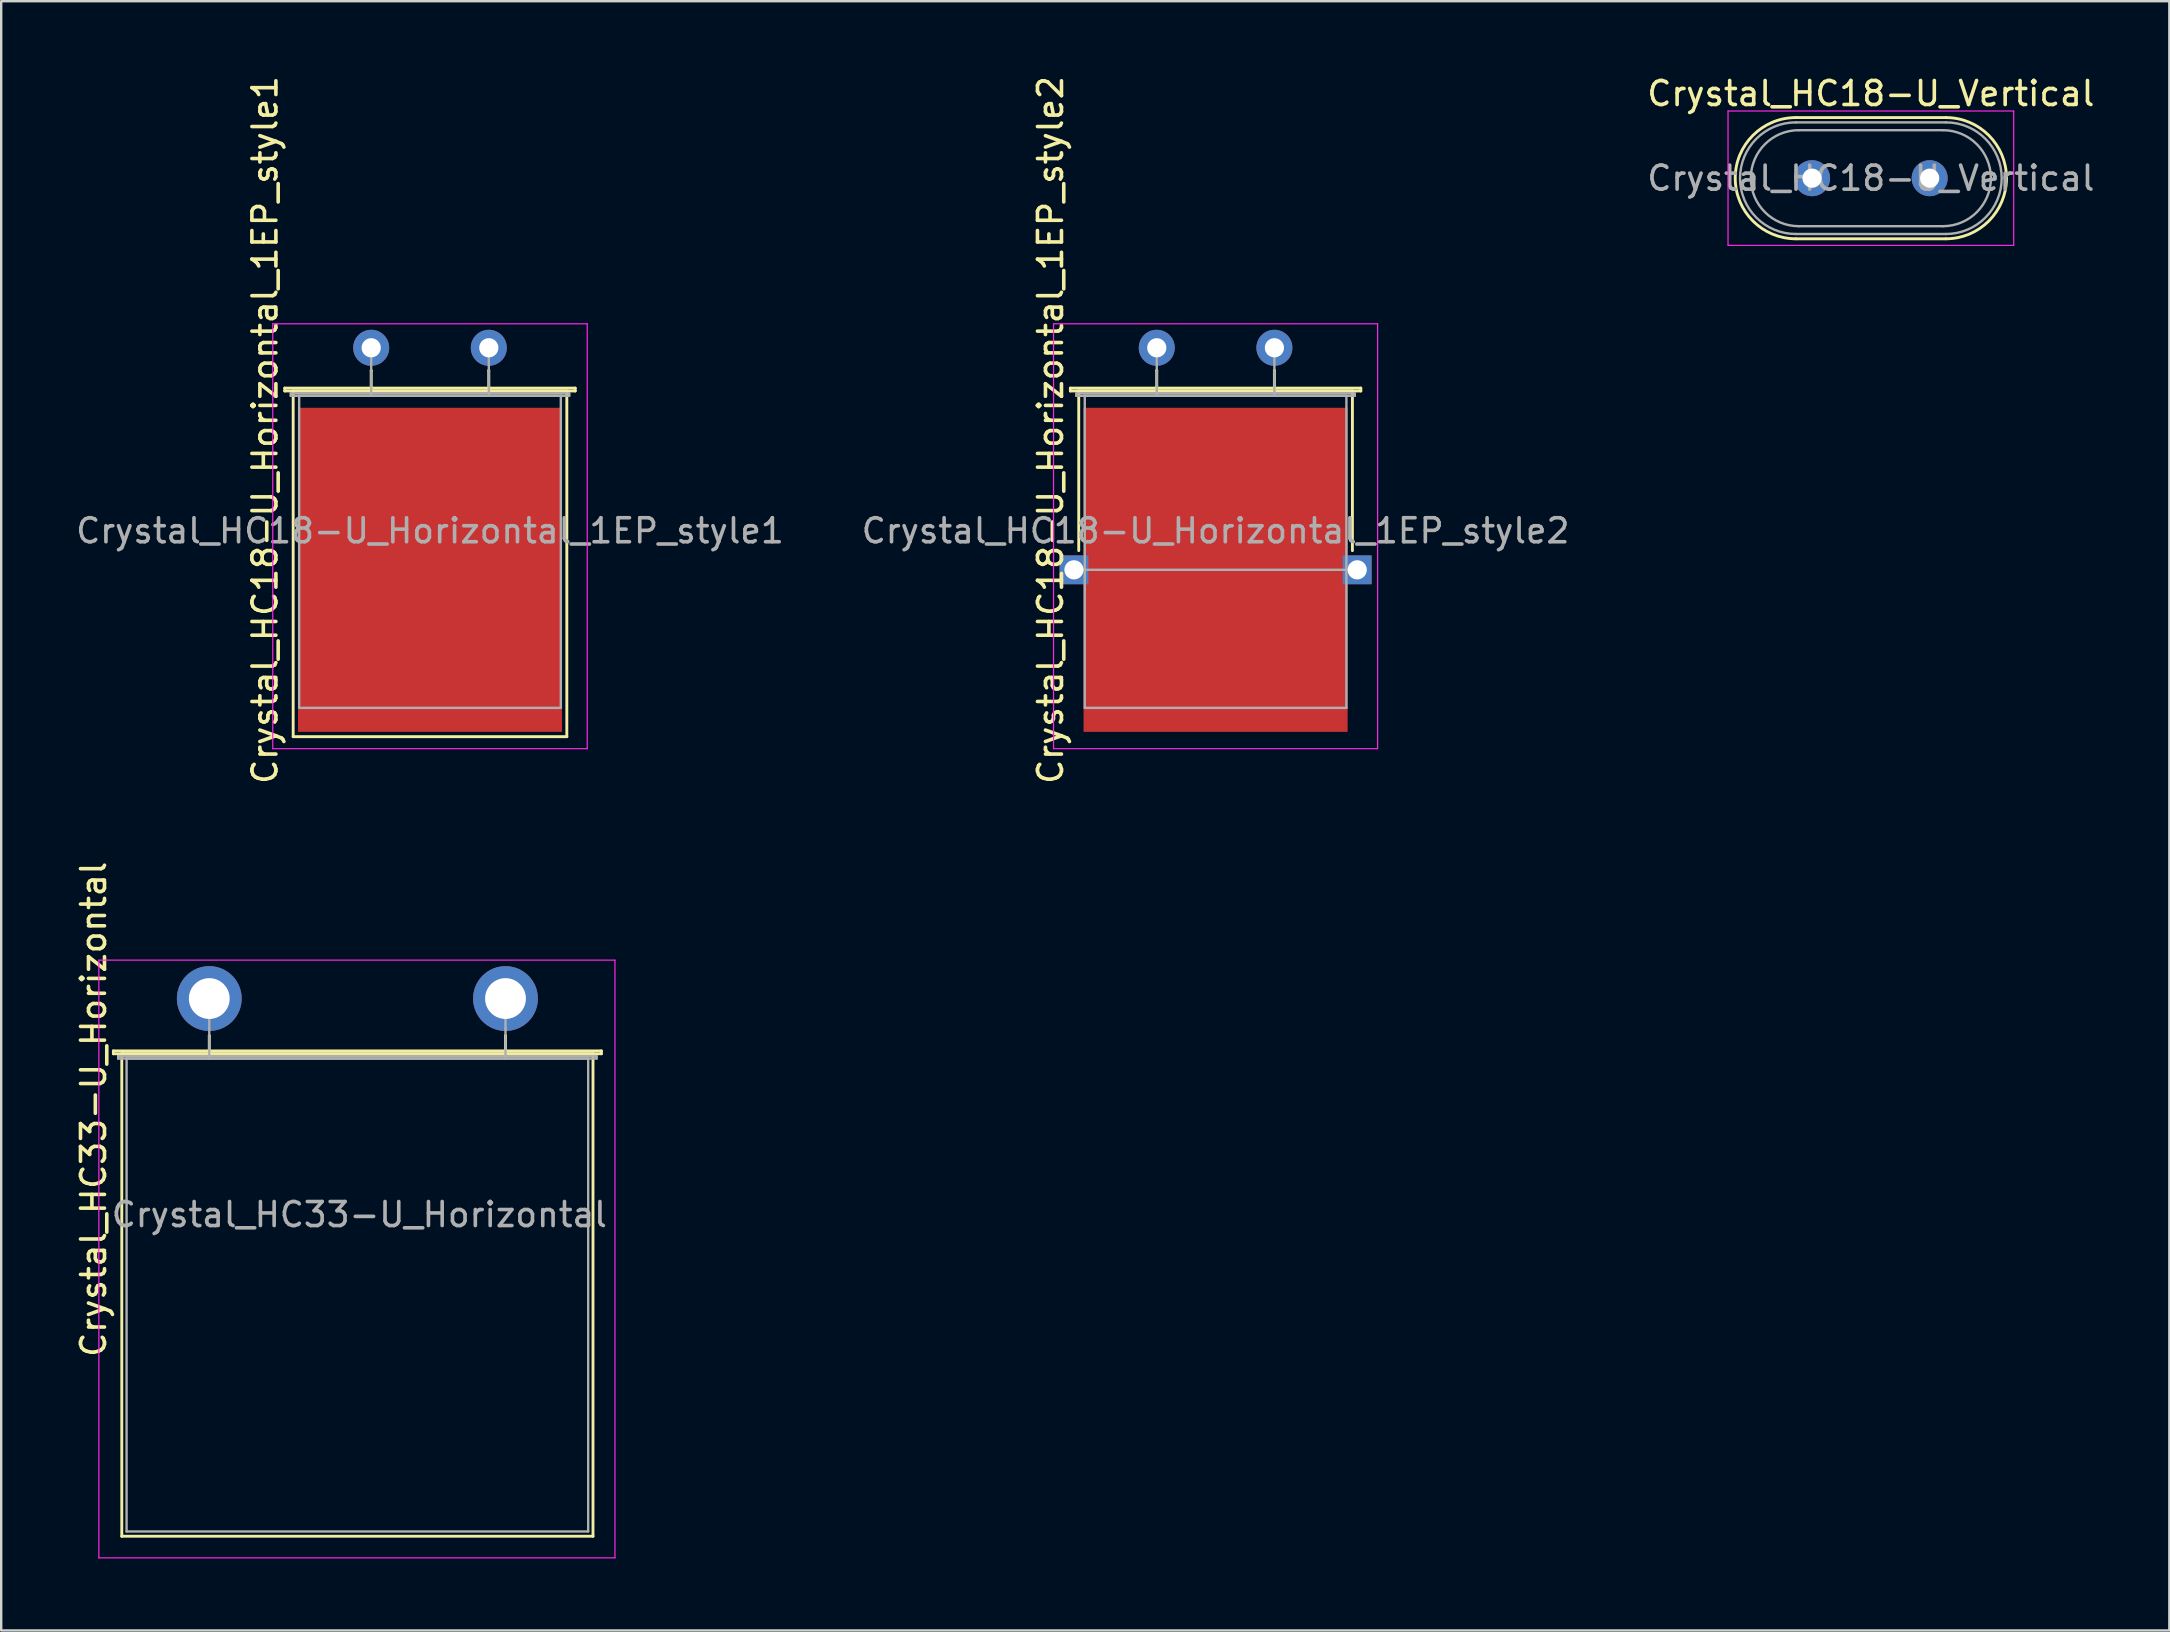
<source format=kicad_pcb>
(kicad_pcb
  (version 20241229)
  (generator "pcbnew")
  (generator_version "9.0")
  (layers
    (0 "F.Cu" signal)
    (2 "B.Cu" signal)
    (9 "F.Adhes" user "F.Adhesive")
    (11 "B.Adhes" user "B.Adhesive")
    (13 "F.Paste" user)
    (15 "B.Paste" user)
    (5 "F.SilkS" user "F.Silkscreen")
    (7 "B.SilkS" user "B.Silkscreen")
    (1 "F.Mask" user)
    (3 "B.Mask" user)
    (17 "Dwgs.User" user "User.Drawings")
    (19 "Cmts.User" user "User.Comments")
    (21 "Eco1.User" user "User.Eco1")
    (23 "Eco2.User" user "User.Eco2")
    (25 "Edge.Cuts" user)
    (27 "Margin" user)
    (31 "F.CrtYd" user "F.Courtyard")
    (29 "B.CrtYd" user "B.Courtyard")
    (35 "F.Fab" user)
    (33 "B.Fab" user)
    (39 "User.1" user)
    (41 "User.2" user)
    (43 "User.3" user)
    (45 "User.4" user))
  (footprint "Crystal_HC18-U_Horizontal_1EP_style1"
    (layer "F.Cu")
    (at 12.413 11.438)
    (property "Reference" "Crystal_HC18-U_Horizontal_1EP_style1" (at -4.425 3.425 90) (layer "F.SilkS") (effects (font (size 1 1) (thickness 0.15))))
    (attr through_hole)
    (fp_line (start -3.6 1.68) (end 8.5 1.68) (stroke (width 0.12) (type solid)) (layer "F.SilkS"))
    (fp_line (start -3.6 1.8) (end -3.6 1.68) (stroke (width 0.12) (type solid)) (layer "F.SilkS"))
    (fp_line (start -3.25 1.8) (end -3.25 16.2) (stroke (width 0.12) (type solid)) (layer "F.SilkS"))
    (fp_line (start -3.25 16.2) (end 8.15 16.2) (stroke (width 0.12) (type solid)) (layer "F.SilkS"))
    (fp_line (start 0 0.95) (end 0 0.95) (stroke (width 0.12) (type solid)) (layer "F.SilkS"))
    (fp_line (start 0 1.8) (end 0 0.95) (stroke (width 0.12) (type solid)) (layer "F.SilkS"))
    (fp_line (start 4.9 0.95) (end 4.9 0.95) (stroke (width 0.12) (type solid)) (layer "F.SilkS"))
    (fp_line (start 4.9 1.8) (end 4.9 0.95) (stroke (width 0.12) (type solid)) (layer "F.SilkS"))
    (fp_line (start 8.15 1.8) (end -3.25 1.8) (stroke (width 0.12) (type solid)) (layer "F.SilkS"))
    (fp_line (start 8.15 16.2) (end 8.15 1.8) (stroke (width 0.12) (type solid)) (layer "F.SilkS"))
    (fp_line (start 8.5 1.68) (end 8.5 1.8) (stroke (width 0.12) (type solid)) (layer "F.SilkS"))
    (fp_line (start 8.5 1.8) (end -3.6 1.8) (stroke (width 0.12) (type solid)) (layer "F.SilkS"))
    (fp_line (start -4.1 -1) (end -4.1 16.7) (stroke (width 0.05) (type solid)) (layer "F.CrtYd"))
    (fp_line (start -4.1 16.7) (end 9 16.7) (stroke (width 0.05) (type solid)) (layer "F.CrtYd"))
    (fp_line (start 9 -1) (end -4.1 -1) (stroke (width 0.05) (type solid)) (layer "F.CrtYd"))
    (fp_line (start 9 16.7) (end 9 -1) (stroke (width 0.05) (type solid)) (layer "F.CrtYd"))
    (fp_line (start -3.35 1.9) (end 8.25 1.9) (stroke (width 0.1) (type solid)) (layer "F.Fab"))
    (fp_line (start -3.35 2) (end -3.35 1.9) (stroke (width 0.1) (type solid)) (layer "F.Fab"))
    (fp_line (start -3 2) (end -3 15) (stroke (width 0.1) (type solid)) (layer "F.Fab"))
    (fp_line (start -3 15) (end 7.9 15) (stroke (width 0.1) (type solid)) (layer "F.Fab"))
    (fp_line (start 0 1) (end 0 0) (stroke (width 0.1) (type solid)) (layer "F.Fab"))
    (fp_line (start 0 2) (end 0 1) (stroke (width 0.1) (type solid)) (layer "F.Fab"))
    (fp_line (start 4.9 1) (end 4.9 0) (stroke (width 0.1) (type solid)) (layer "F.Fab"))
    (fp_line (start 4.9 2) (end 4.9 1) (stroke (width 0.1) (type solid)) (layer "F.Fab"))
    (fp_line (start 7.9 2) (end -3 2) (stroke (width 0.1) (type solid)) (layer "F.Fab"))
    (fp_line (start 7.9 15) (end 7.9 2) (stroke (width 0.1) (type solid)) (layer "F.Fab"))
    (fp_line (start 8.25 1.9) (end 8.25 2) (stroke (width 0.1) (type solid)) (layer "F.Fab"))
    (fp_line (start 8.25 2) (end -3.35 2) (stroke (width 0.1) (type solid)) (layer "F.Fab"))
    (fp_text user "${REFERENCE}" (at 2.45 7.625 0) (layer "F.Fab") (effects (font (size 1 1) (thickness 0.15))))
    (pad "1" thru_hole circle (at 0 0) (size 1.5 1.5) (drill 0.8) (layers "*.Cu" "*.Mask"))
    (pad "2" thru_hole circle (at 4.9 0) (size 1.5 1.5) (drill 0.8) (layers "*.Cu" "*.Mask"))
    (pad "3" smd rect (at 2.45 9.25) (size 11 13.5) (layers "F.Cu" "F.Mask" "F.Paste")))
  (footprint "Crystal_HC33-U_Horizontal"
    (layer "F.Cu")
    (at 5.668 38.548)
    (property "Reference" "Crystal_HC33-U_Horizontal" (at -4.82 4.612 90) (layer "F.SilkS") (effects (font (size 1 1) (thickness 0.15))))
    (attr through_hole)
    (fp_line (start -3.995 2.18) (end 16.335 2.18) (stroke (width 0.12) (type solid)) (layer "F.SilkS"))
    (fp_line (start -3.995 2.3) (end -3.995 2.18) (stroke (width 0.12) (type solid)) (layer "F.SilkS"))
    (fp_line (start -3.645 2.3) (end -3.645 22.4) (stroke (width 0.12) (type solid)) (layer "F.SilkS"))
    (fp_line (start -3.645 22.4) (end 15.985 22.4) (stroke (width 0.12) (type solid)) (layer "F.SilkS"))
    (fp_line (start 0 1.55) (end 0 1.55) (stroke (width 0.12) (type solid)) (layer "F.SilkS"))
    (fp_line (start 0 2.3) (end 0 1.55) (stroke (width 0.12) (type solid)) (layer "F.SilkS"))
    (fp_line (start 12.34 1.55) (end 12.34 1.55) (stroke (width 0.12) (type solid)) (layer "F.SilkS"))
    (fp_line (start 12.34 2.3) (end 12.34 1.55) (stroke (width 0.12) (type solid)) (layer "F.SilkS"))
    (fp_line (start 15.985 2.3) (end -3.645 2.3) (stroke (width 0.12) (type solid)) (layer "F.SilkS"))
    (fp_line (start 15.985 22.4) (end 15.985 2.3) (stroke (width 0.12) (type solid)) (layer "F.SilkS"))
    (fp_line (start 16.335 2.18) (end 16.335 2.3) (stroke (width 0.12) (type solid)) (layer "F.SilkS"))
    (fp_line (start 16.335 2.3) (end -3.995 2.3) (stroke (width 0.12) (type solid)) (layer "F.SilkS"))
    (fp_line (start -4.6 -1.6) (end -4.6 23.3) (stroke (width 0.05) (type solid)) (layer "F.CrtYd"))
    (fp_line (start -4.6 23.3) (end 16.9 23.3) (stroke (width 0.05) (type solid)) (layer "F.CrtYd"))
    (fp_line (start 16.9 -1.6) (end -4.6 -1.6) (stroke (width 0.05) (type solid)) (layer "F.CrtYd"))
    (fp_line (start 16.9 23.3) (end 16.9 -1.6) (stroke (width 0.05) (type solid)) (layer "F.CrtYd"))
    (fp_line (start -3.795 2.4) (end 16.135 2.4) (stroke (width 0.1) (type solid)) (layer "F.Fab"))
    (fp_line (start -3.795 2.5) (end -3.795 2.4) (stroke (width 0.1) (type solid)) (layer "F.Fab"))
    (fp_line (start -3.445 2.5) (end -3.445 22.2) (stroke (width 0.1) (type solid)) (layer "F.Fab"))
    (fp_line (start -3.445 22.2) (end 15.785 22.2) (stroke (width 0.1) (type solid)) (layer "F.Fab"))
    (fp_line (start 0 1.25) (end 0 0) (stroke (width 0.1) (type solid)) (layer "F.Fab"))
    (fp_line (start 0 2.5) (end 0 1.25) (stroke (width 0.1) (type solid)) (layer "F.Fab"))
    (fp_line (start 12.34 1.25) (end 12.34 0) (stroke (width 0.1) (type solid)) (layer "F.Fab"))
    (fp_line (start 12.34 2.5) (end 12.34 1.25) (stroke (width 0.1) (type solid)) (layer "F.Fab"))
    (fp_line (start 15.785 2.5) (end -3.445 2.5) (stroke (width 0.1) (type solid)) (layer "F.Fab"))
    (fp_line (start 15.785 22.2) (end 15.785 2.5) (stroke (width 0.1) (type solid)) (layer "F.Fab"))
    (fp_line (start 16.135 2.4) (end 16.135 2.5) (stroke (width 0.1) (type solid)) (layer "F.Fab"))
    (fp_line (start 16.135 2.5) (end -3.795 2.5) (stroke (width 0.1) (type solid)) (layer "F.Fab"))
    (fp_text user "${REFERENCE}" (at 6.25 9 0) (layer "F.Fab") (effects (font (size 1 1) (thickness 0.15))))
    (pad "1" thru_hole circle (at 0 0) (size 2.7 2.7) (drill 1.7) (layers "*.Cu" "*.Mask"))
    (pad "2" thru_hole circle (at 12.34 0) (size 2.7 2.7) (drill 1.7) (layers "*.Cu" "*.Mask")))
  (footprint "Crystal_HC18-U_Horizontal_1EP_style2"
    (layer "F.Cu")
    (at 45.139 11.438)
    (property "Reference" "Crystal_HC18-U_Horizontal_1EP_style2" (at -4.425 3.425 90) (layer "F.SilkS") (effects (font (size 1 1) (thickness 0.15))))
    (attr through_hole)
    (fp_line (start -3.6 1.68) (end 8.5 1.68) (stroke (width 0.12) (type solid)) (layer "F.SilkS"))
    (fp_line (start -3.6 1.8) (end -3.6 1.68) (stroke (width 0.12) (type solid)) (layer "F.SilkS"))
    (fp_line (start -3.25 1.8) (end 8.15 1.8) (stroke (width 0.12) (type solid)) (layer "F.SilkS"))
    (fp_line (start -3.25 8.45) (end -3.25 1.8) (stroke (width 0.12) (type solid)) (layer "F.SilkS"))
    (fp_line (start 0 0.95) (end 0 0.95) (stroke (width 0.12) (type solid)) (layer "F.SilkS"))
    (fp_line (start 0 1.8) (end 0 0.95) (stroke (width 0.12) (type solid)) (layer "F.SilkS"))
    (fp_line (start 4.9 0.95) (end 4.9 0.95) (stroke (width 0.12) (type solid)) (layer "F.SilkS"))
    (fp_line (start 4.9 1.8) (end 4.9 0.95) (stroke (width 0.12) (type solid)) (layer "F.SilkS"))
    (fp_line (start 8.15 1.8) (end 8.15 8.45) (stroke (width 0.12) (type solid)) (layer "F.SilkS"))
    (fp_line (start 8.5 1.68) (end 8.5 1.8) (stroke (width 0.12) (type solid)) (layer "F.SilkS"))
    (fp_line (start 8.5 1.8) (end -3.6 1.8) (stroke (width 0.12) (type solid)) (layer "F.SilkS"))
    (fp_line (start -4.3 -1) (end -4.3 16.7) (stroke (width 0.05) (type solid)) (layer "F.CrtYd"))
    (fp_line (start -4.3 16.7) (end 9.2 16.7) (stroke (width 0.05) (type solid)) (layer "F.CrtYd"))
    (fp_line (start 9.2 -1) (end -4.3 -1) (stroke (width 0.05) (type solid)) (layer "F.CrtYd"))
    (fp_line (start 9.2 16.7) (end 9.2 -1) (stroke (width 0.05) (type solid)) (layer "F.CrtYd"))
    (fp_line (start -3.45 9.25) (end 8.35 9.25) (stroke (width 0.1) (type solid)) (layer "F.Fab"))
    (fp_line (start -3.35 1.9) (end 8.25 1.9) (stroke (width 0.1) (type solid)) (layer "F.Fab"))
    (fp_line (start -3.35 2) (end -3.35 1.9) (stroke (width 0.1) (type solid)) (layer "F.Fab"))
    (fp_line (start -3 2) (end -3 15) (stroke (width 0.1) (type solid)) (layer "F.Fab"))
    (fp_line (start -3 15) (end 7.9 15) (stroke (width 0.1) (type solid)) (layer "F.Fab"))
    (fp_line (start 0 1) (end 0 0) (stroke (width 0.1) (type solid)) (layer "F.Fab"))
    (fp_line (start 0 2) (end 0 1) (stroke (width 0.1) (type solid)) (layer "F.Fab"))
    (fp_line (start 4.9 1) (end 4.9 0) (stroke (width 0.1) (type solid)) (layer "F.Fab"))
    (fp_line (start 4.9 2) (end 4.9 1) (stroke (width 0.1) (type solid)) (layer "F.Fab"))
    (fp_line (start 7.9 2) (end -3 2) (stroke (width 0.1) (type solid)) (layer "F.Fab"))
    (fp_line (start 7.9 15) (end 7.9 2) (stroke (width 0.1) (type solid)) (layer "F.Fab"))
    (fp_line (start 8.25 1.9) (end 8.25 2) (stroke (width 0.1) (type solid)) (layer "F.Fab"))
    (fp_line (start 8.25 2) (end -3.35 2) (stroke (width 0.1) (type solid)) (layer "F.Fab"))
    (fp_text user "${REFERENCE}" (at 2.45 7.625 0) (layer "F.Fab") (effects (font (size 1 1) (thickness 0.15))))
    (pad "1" thru_hole circle (at 0 0) (size 1.5 1.5) (drill 0.8) (layers "*.Cu" "*.Mask"))
    (pad "2" thru_hole circle (at 4.9 0) (size 1.5 1.5) (drill 0.8) (layers "*.Cu" "*.Mask"))
    (pad "3" thru_hole rect (at -3.45 9.25) (size 1.2 1.2) (drill 0.8) (layers "*.Cu" "*.Mask"))
    (pad "3" smd rect (at 2.45 9.25) (size 11 13.5) (layers "F.Cu" "F.Mask" "F.Paste"))
    (pad "3" thru_hole rect (at 8.35 9.25) (size 1.2 1.2) (drill 0.8) (layers "*.Cu" "*.Mask")))
  (footprint "Crystal_HC18-U_Vertical"
    (layer "F.Cu")
    (at 72.437 4.373)
    (property "Reference" "Crystal_HC18-U_Vertical" (at 2.45 -3.525 0) (layer "F.SilkS") (effects (font (size 1 1) (thickness 0.15))))
    (attr through_hole)
    (fp_line (start -0.675 -2.525) (end 5.575 -2.525) (stroke (width 0.12) (type solid)) (layer "F.SilkS"))
    (fp_line (start -0.675 2.525) (end 5.575 2.525) (stroke (width 0.12) (type solid)) (layer "F.SilkS"))
    (fp_arc (start -0.675 2.525) (mid -3.2 0) (end -0.675 -2.525) (stroke (width 0.12) (type solid)) (layer "F.SilkS"))
    (fp_arc (start 5.575 -2.525) (mid 8.1 0) (end 5.575 2.525) (stroke (width 0.12) (type solid)) (layer "F.SilkS"))
    (fp_line (start -3.5 -2.8) (end -3.5 2.8) (stroke (width 0.05) (type solid)) (layer "F.CrtYd"))
    (fp_line (start -3.5 2.8) (end 8.4 2.8) (stroke (width 0.05) (type solid)) (layer "F.CrtYd"))
    (fp_line (start 8.4 -2.8) (end -3.5 -2.8) (stroke (width 0.05) (type solid)) (layer "F.CrtYd"))
    (fp_line (start 8.4 2.8) (end 8.4 -2.8) (stroke (width 0.05) (type solid)) (layer "F.CrtYd"))
    (fp_line (start -0.675 -2.325) (end 5.575 -2.325) (stroke (width 0.1) (type solid)) (layer "F.Fab"))
    (fp_line (start -0.675 2.325) (end 5.575 2.325) (stroke (width 0.1) (type solid)) (layer "F.Fab"))
    (fp_line (start -0.55 -2) (end 5.45 -2) (stroke (width 0.1) (type solid)) (layer "F.Fab"))
    (fp_line (start -0.55 2) (end 5.45 2) (stroke (width 0.1) (type solid)) (layer "F.Fab"))
    (fp_arc (start -0.675 2.325) (mid -3 0) (end -0.675 -2.325) (stroke (width 0.1) (type solid)) (layer "F.Fab"))
    (fp_arc (start -0.55 2) (mid -2.55 0) (end -0.55 -2) (stroke (width 0.1) (type solid)) (layer "F.Fab"))
    (fp_arc (start 5.45 -2) (mid 7.45 0) (end 5.45 2) (stroke (width 0.1) (type solid)) (layer "F.Fab"))
    (fp_arc (start 5.575 -2.325) (mid 7.9 0) (end 5.575 2.325) (stroke (width 0.1) (type solid)) (layer "F.Fab"))
    (fp_text user "${REFERENCE}" (at 2.45 0 0) (layer "F.Fab") (effects (font (size 1 1) (thickness 0.15))))
    (pad "1" thru_hole circle (at 0 0) (size 1.5 1.5) (drill 0.8) (layers "*.Cu" "*.Mask"))
    (pad "2" thru_hole circle (at 4.9 0) (size 1.5 1.5) (drill 0.8) (layers "*.Cu" "*.Mask")))
  (gr_rect
    (start -3 -3)
    (end 87.321 64.873)
    (stroke (width 0.1) (type default))
    (fill no)
    (layer "Edge.Cuts")))
</source>
